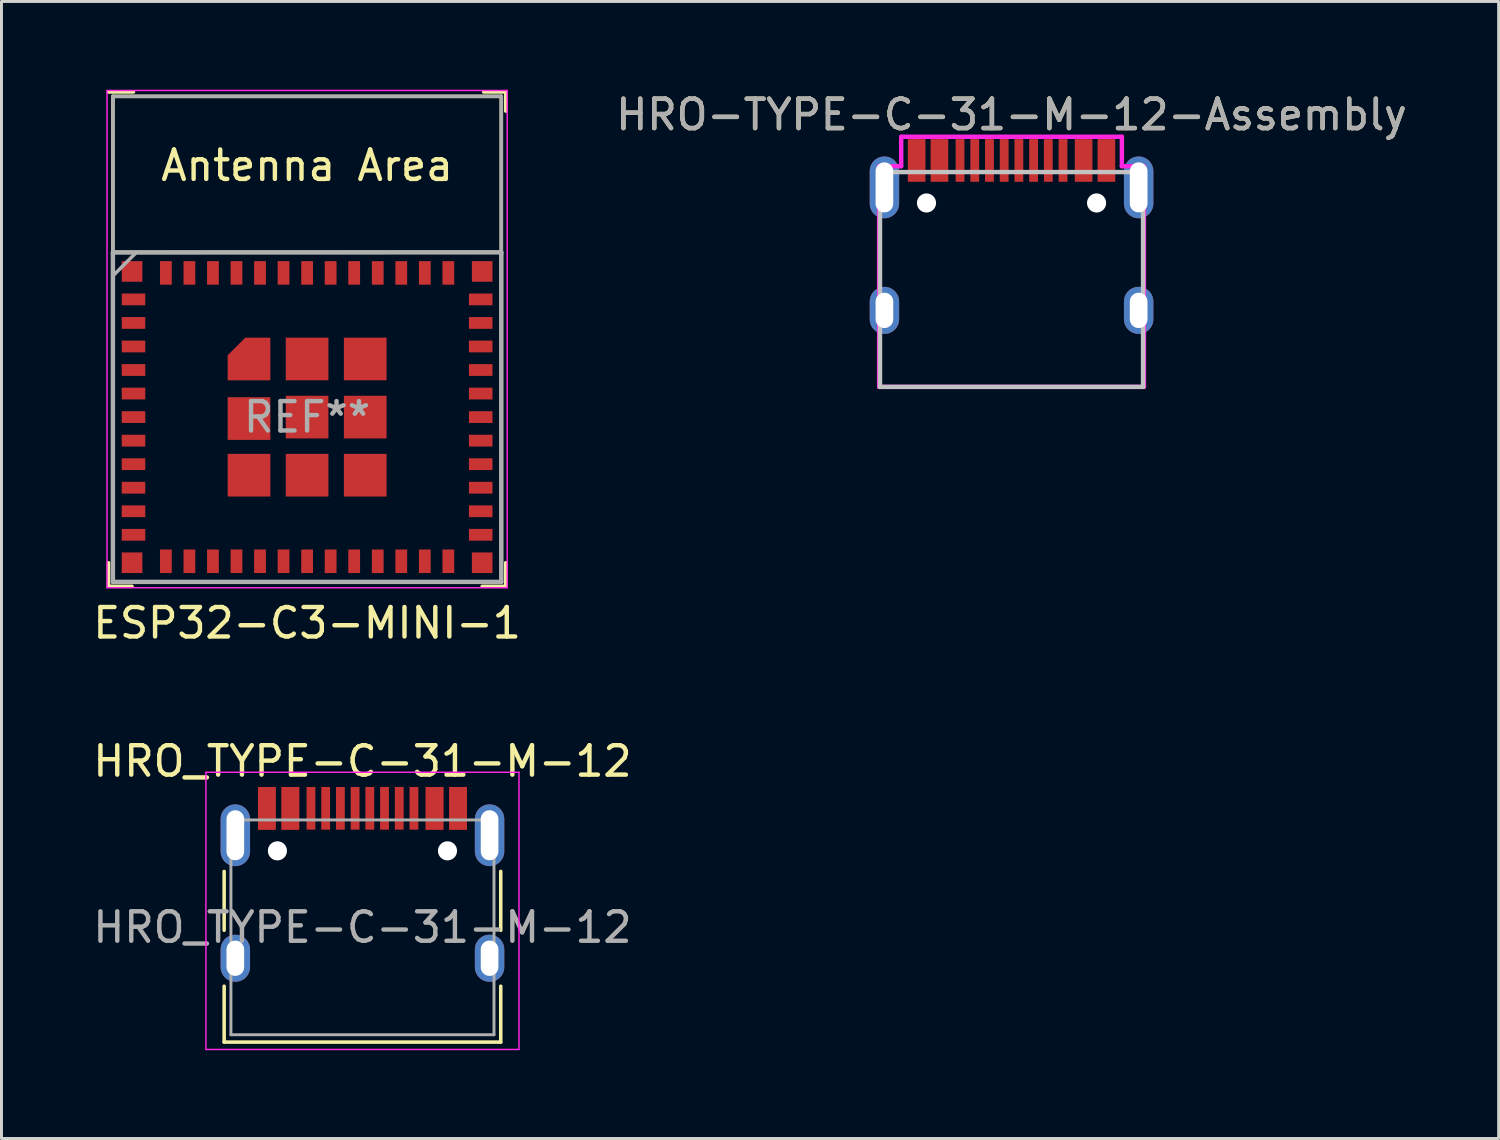
<source format=kicad_pcb>
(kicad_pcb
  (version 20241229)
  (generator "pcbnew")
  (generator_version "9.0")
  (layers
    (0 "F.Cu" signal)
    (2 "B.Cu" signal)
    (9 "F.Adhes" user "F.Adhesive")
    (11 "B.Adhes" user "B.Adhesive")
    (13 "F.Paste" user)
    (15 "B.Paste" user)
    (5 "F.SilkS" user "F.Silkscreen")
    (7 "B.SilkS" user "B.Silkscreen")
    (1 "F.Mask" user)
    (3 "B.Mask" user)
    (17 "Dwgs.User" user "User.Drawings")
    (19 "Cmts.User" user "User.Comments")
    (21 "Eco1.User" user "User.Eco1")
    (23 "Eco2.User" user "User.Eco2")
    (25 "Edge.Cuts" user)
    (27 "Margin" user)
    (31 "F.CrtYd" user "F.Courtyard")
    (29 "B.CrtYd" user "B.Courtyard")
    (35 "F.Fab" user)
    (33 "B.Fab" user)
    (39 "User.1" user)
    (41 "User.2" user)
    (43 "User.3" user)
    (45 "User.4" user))
  (footprint "HRO-TYPE-C-31-M-12-Assembly"
    (layer "F.Cu")
    (at 31.327 10.098)
    (property "Reference" "HRO-TYPE-C-31-M-12-Assembly" (at 0 -9.25 0) (layer "F.SilkS") (effects (font (size 1 1) (thickness 0.15))))
    (attr smd)
    (fp_line (start -4.47 -7.3) (end 4.47 -7.3) (stroke (width 0.15) (type solid)) (layer "Dwgs.User"))
    (fp_line (start -4.47 0) (end -4.47 -7.3) (stroke (width 0.15) (type solid)) (layer "Dwgs.User"))
    (fp_line (start -4.47 0) (end 4.47 0) (stroke (width 0.15) (type solid)) (layer "Dwgs.User"))
    (fp_line (start 4.47 0) (end 4.47 -7.3) (stroke (width 0.15) (type solid)) (layer "Dwgs.User"))
    (fp_line (start -4.5 -7.5) (end -3.75 -7.5) (stroke (width 0.15) (type solid)) (layer "F.CrtYd"))
    (fp_line (start -4.5 0) (end -4.5 -7.5) (stroke (width 0.15) (type solid)) (layer "F.CrtYd"))
    (fp_line (start -3.75 -8.5) (end 3.75 -8.5) (stroke (width 0.15) (type solid)) (layer "F.CrtYd"))
    (fp_line (start -3.75 -7.5) (end -3.75 -8.5) (stroke (width 0.15) (type solid)) (layer "F.CrtYd"))
    (fp_line (start 3.75 -8.5) (end 3.75 -7.5) (stroke (width 0.15) (type solid)) (layer "F.CrtYd"))
    (fp_line (start 3.75 -7.5) (end 4.5 -7.5) (stroke (width 0.15) (type solid)) (layer "F.CrtYd"))
    (fp_line (start 4.5 -7.5) (end 4.5 0) (stroke (width 0.15) (type solid)) (layer "F.CrtYd"))
    (fp_line (start 4.5 0) (end -4.5 0) (stroke (width 0.15) (type solid)) (layer "F.CrtYd"))
    (fp_text user "${REFERENCE}" (at 0 -9.25 0) (layer "F.Fab") (effects (font (size 1 1) (thickness 0.15))))
    (pad "" np_thru_hole circle (at -2.89 -6.25) (size 0.65 0.65) (drill 0.65) (layers "*.Cu" "*.Mask"))
    (pad "" np_thru_hole circle (at 2.89 -6.25) (size 0.65 0.65) (drill 0.65) (layers "*.Cu" "*.Mask"))
    (pad "1" smd rect (at -3.225 -7.695) (size 0.6 1.45) (layers "F.Cu" "F.Mask" "F.Paste"))
    (pad "2" smd rect (at -2.45 -7.695) (size 0.6 1.45) (layers "F.Cu" "F.Mask" "F.Paste"))
    (pad "3" smd rect (at -1.75 -7.695) (size 0.3 1.45) (layers "F.Cu" "F.Mask" "F.Paste"))
    (pad "4" smd rect (at -1.25 -7.695) (size 0.3 1.45) (layers "F.Cu" "F.Mask" "F.Paste"))
    (pad "5" smd rect (at -0.75 -7.695) (size 0.3 1.45) (layers "F.Cu" "F.Mask" "F.Paste"))
    (pad "6" smd rect (at -0.25 -7.695) (size 0.3 1.45) (layers "F.Cu" "F.Mask" "F.Paste"))
    (pad "7" smd rect (at 0.25 -7.695) (size 0.3 1.45) (layers "F.Cu" "F.Mask" "F.Paste"))
    (pad "8" smd rect (at 0.75 -7.695) (size 0.3 1.45) (layers "F.Cu" "F.Mask" "F.Paste"))
    (pad "9" smd rect (at 1.25 -7.695) (size 0.3 1.45) (layers "F.Cu" "F.Mask" "F.Paste"))
    (pad "10" smd rect (at 1.75 -7.695) (size 0.3 1.45) (layers "F.Cu" "F.Mask" "F.Paste"))
    (pad "11" smd rect (at 2.45 -7.695) (size 0.6 1.45) (layers "F.Cu" "F.Mask" "F.Paste"))
    (pad "12" smd rect (at 3.225 -7.695) (size 0.6 1.45) (layers "F.Cu" "F.Mask" "F.Paste"))
    (pad "13" thru_hole oval (at -4.32 -6.78) (size 1 2.1) (drill oval 0.6 1.7) (layers "*.Cu" "*.Mask"))
    (pad "13" thru_hole oval (at -4.32 -2.6) (size 1 1.6) (drill oval 0.6 1.2) (layers "*.Cu" "*.Mask"))
    (pad "13" thru_hole oval (at 4.32 -6.78) (size 1 2.1) (drill oval 0.6 1.7) (layers "*.Cu" "*.Mask"))
    (pad "13" thru_hole oval (at 4.32 -2.6) (size 1 1.6) (drill oval 0.6 1.2) (layers "*.Cu" "*.Mask")))
  (footprint "HRO_TYPE-C-31-M-12"
    (layer "F.Cu")
    (at 9.268 28.466)
    (property "Reference" "HRO_TYPE-C-31-M-12" (at 0 -5.645 0) (layer "F.SilkS") (effects (font (size 1 1) (thickness 0.15))))
    (attr smd)
    (fp_line (start -4.7 -1.9) (end -4.7 0.1) (stroke (width 0.12) (type solid)) (layer "F.SilkS"))
    (fp_line (start -4.7 2) (end -4.7 3.9) (stroke (width 0.12) (type solid)) (layer "F.SilkS"))
    (fp_line (start -4.7 3.9) (end 4.7 3.9) (stroke (width 0.12) (type solid)) (layer "F.SilkS"))
    (fp_line (start 4.7 -1.9) (end 4.7 0.1) (stroke (width 0.12) (type solid)) (layer "F.SilkS"))
    (fp_line (start 4.7 2) (end 4.7 3.9) (stroke (width 0.12) (type solid)) (layer "F.SilkS"))
    (fp_line (start -5.32 -5.27) (end -5.32 4.15) (stroke (width 0.05) (type solid)) (layer "F.CrtYd"))
    (fp_line (start -5.32 -5.27) (end 5.32 -5.27) (stroke (width 0.05) (type solid)) (layer "F.CrtYd"))
    (fp_line (start -5.32 4.15) (end 5.32 4.15) (stroke (width 0.05) (type solid)) (layer "F.CrtYd"))
    (fp_line (start 5.32 -5.27) (end 5.32 4.15) (stroke (width 0.05) (type solid)) (layer "F.CrtYd"))
    (fp_line (start -4.47 -3.65) (end -4.47 3.65) (stroke (width 0.1) (type solid)) (layer "F.Fab"))
    (fp_line (start -4.47 -3.65) (end 4.47 -3.65) (stroke (width 0.1) (type solid)) (layer "F.Fab"))
    (fp_line (start -4.47 3.65) (end 4.47 3.65) (stroke (width 0.1) (type solid)) (layer "F.Fab"))
    (fp_line (start 4.47 -3.65) (end 4.47 3.65) (stroke (width 0.1) (type solid)) (layer "F.Fab"))
    (fp_text user "${REFERENCE}" (at 0 0 0) (layer "F.Fab") (effects (font (size 1 1) (thickness 0.15))))
    (pad "" np_thru_hole circle (at -2.89 -2.6) (size 0.65 0.65) (drill 0.65) (layers "*.Cu" "*.Mask"))
    (pad "" np_thru_hole circle (at 2.89 -2.6) (size 0.65 0.65) (drill 0.65) (layers "*.Cu" "*.Mask"))
    (pad "A1" smd rect (at -3.25 -4.045) (size 0.6 1.45) (layers "F.Cu" "F.Mask" "F.Paste"))
    (pad "A4" smd rect (at -2.45 -4.045) (size 0.6 1.45) (layers "F.Cu" "F.Mask" "F.Paste"))
    (pad "A5" smd rect (at -1.25 -4.045) (size 0.3 1.45) (layers "F.Cu" "F.Mask" "F.Paste"))
    (pad "A6" smd rect (at -0.25 -4.045) (size 0.3 1.45) (layers "F.Cu" "F.Mask" "F.Paste"))
    (pad "A7" smd rect (at 0.25 -4.045) (size 0.3 1.45) (layers "F.Cu" "F.Mask" "F.Paste"))
    (pad "A8" smd rect (at 1.25 -4.045) (size 0.3 1.45) (layers "F.Cu" "F.Mask" "F.Paste"))
    (pad "A9" smd rect (at 2.45 -4.045) (size 0.6 1.45) (layers "F.Cu" "F.Mask" "F.Paste"))
    (pad "A12" smd rect (at 3.25 -4.045) (size 0.6 1.45) (layers "F.Cu" "F.Mask" "F.Paste"))
    (pad "B1" smd rect (at 3.25 -4.045) (size 0.6 1.45) (layers "F.Cu" "F.Mask" "F.Paste"))
    (pad "B4" smd rect (at 2.45 -4.045) (size 0.6 1.45) (layers "F.Cu" "F.Mask" "F.Paste"))
    (pad "B5" smd rect (at 1.75 -4.045) (size 0.3 1.45) (layers "F.Cu" "F.Mask" "F.Paste"))
    (pad "B6" smd rect (at 0.75 -4.045) (size 0.3 1.45) (layers "F.Cu" "F.Mask" "F.Paste"))
    (pad "B7" smd rect (at -0.75 -4.045) (size 0.3 1.45) (layers "F.Cu" "F.Mask" "F.Paste"))
    (pad "B8" smd rect (at -1.75 -4.045) (size 0.3 1.45) (layers "F.Cu" "F.Mask" "F.Paste"))
    (pad "B9" smd rect (at -2.45 -4.045) (size 0.6 1.45) (layers "F.Cu" "F.Mask" "F.Paste"))
    (pad "B12" smd rect (at -3.25 -4.045) (size 0.6 1.45) (layers "F.Cu" "F.Mask" "F.Paste"))
    (pad "S1" thru_hole oval (at -4.32 -3.13) (size 1 2.1) (drill oval 0.6 1.7) (layers "*.Cu" "*.Mask"))
    (pad "S1" thru_hole oval (at -4.32 1.05) (size 1 1.6) (drill oval 0.6 1.2) (layers "*.Cu" "*.Mask"))
    (pad "S1" thru_hole oval (at 4.32 -3.13) (size 1 2.1) (drill oval 0.6 1.7) (layers "*.Cu" "*.Mask"))
    (pad "S1" thru_hole oval (at 4.32 1.05) (size 1 1.6) (drill oval 0.6 1.2) (layers "*.Cu" "*.Mask")))
  (footprint "ESP32-C3-MINI-1"
    (layer "F.Cu")
    (at 7.387 11.125)
    (property "Reference" "ESP32-C3-MINI-1" (at 0 7 0) (layer "F.SilkS") (effects (font (size 1 1) (thickness 0.15))))
    (attr smd)
    (fp_line (start -6.75 4.95) (end -6.75 5.75) (stroke (width 0.12) (type solid)) (layer "F.SilkS"))
    (fp_line (start -6.75 5.75) (end -5.95 5.75) (stroke (width 0.12) (type solid)) (layer "F.SilkS"))
    (fp_line (start -6.6 -10.9) (end 6.6 -10.9) (stroke (width 0.12) (type solid)) (layer "F.SilkS"))
    (fp_line (start -6.6 -5.6) (end 6.6 -5.6) (stroke (width 0.12) (type solid)) (layer "F.SilkS"))
    (fp_line (start -6.6 5.6) (end -6.6 -10.9) (stroke (width 0.12) (type solid)) (layer "F.SilkS"))
    (fp_line (start -5.9 -11.05) (end -6.75 -11.05) (stroke (width 0.12) (type solid)) (layer "F.SilkS"))
    (fp_line (start 6 -11.05) (end 6.75 -11.05) (stroke (width 0.12) (type solid)) (layer "F.SilkS"))
    (fp_line (start 6.6 -10.9) (end 6.6 5.6) (stroke (width 0.12) (type solid)) (layer "F.SilkS"))
    (fp_line (start 6.6 5.6) (end -6.6 5.6) (stroke (width 0.12) (type solid)) (layer "F.SilkS"))
    (fp_line (start 6.75 -11.05) (end 6.75 -10.4) (stroke (width 0.12) (type solid)) (layer "F.SilkS"))
    (fp_line (start 6.75 4.95) (end 6.75 5.75) (stroke (width 0.12) (type solid)) (layer "F.SilkS"))
    (fp_line (start 6.75 5.75) (end 5.95 5.75) (stroke (width 0.12) (type solid)) (layer "F.SilkS"))
    (fp_line (start -6.8 -11.1) (end 6.8 -11.1) (stroke (width 0.05) (type solid)) (layer "F.CrtYd"))
    (fp_line (start -6.8 5.8) (end -6.8 -11.1) (stroke (width 0.05) (type solid)) (layer "F.CrtYd"))
    (fp_line (start 6.8 -11.1) (end 6.8 5.8) (stroke (width 0.05) (type solid)) (layer "F.CrtYd"))
    (fp_line (start 6.8 5.8) (end -6.8 5.8) (stroke (width 0.05) (type solid)) (layer "F.CrtYd"))
    (fp_line (start -6.6 -5.595) (end -6.6 5.6) (stroke (width 0.15) (type solid)) (layer "F.Fab"))
    (fp_line (start -6.6 -5.5) (end -6.6 -10.9) (stroke (width 0.12) (type solid)) (layer "F.Fab"))
    (fp_line (start -6.6 5.6) (end 6.6 5.6) (stroke (width 0.15) (type solid)) (layer "F.Fab"))
    (fp_line (start -5.8 -5.6) (end -6.6 -4.8) (stroke (width 0.12) (type solid)) (layer "F.Fab"))
    (fp_line (start 6.6 -10.9) (end -6.6 -10.9) (stroke (width 0.12) (type solid)) (layer "F.Fab"))
    (fp_line (start 6.6 -5.6) (end -6.6 -5.595) (stroke (width 0.15) (type solid)) (layer "F.Fab"))
    (fp_line (start 6.6 -5.5) (end 6.6 -10.9) (stroke (width 0.12) (type solid)) (layer "F.Fab"))
    (fp_line (start 6.6 5.6) (end 6.6 -5.595) (stroke (width 0.15) (type solid)) (layer "F.Fab"))
    (fp_text user "Antenna Area" (at 0 -8.55 0) (layer "F.SilkS") (effects (font (size 1 1) (thickness 0.15))))
    (fp_text user "REF**" (at 0 0 0) (layer "F.Fab") (effects (font (size 1 1) (thickness 0.15))))
    (pad "1" smd rect (at -5.9 -4 90) (size 0.4 0.8) (layers "F.Cu" "F.Mask" "F.Paste"))
    (pad "2" smd rect (at -5.9 -3.2 90) (size 0.4 0.8) (layers "F.Cu" "F.Mask" "F.Paste"))
    (pad "3" smd rect (at -5.9 -2.4 90) (size 0.4 0.8) (layers "F.Cu" "F.Mask" "F.Paste"))
    (pad "4" smd rect (at -5.9 -1.6 90) (size 0.4 0.8) (layers "F.Cu" "F.Mask" "F.Paste"))
    (pad "5" smd rect (at -5.9 -0.8 90) (size 0.4 0.8) (layers "F.Cu" "F.Mask" "F.Paste"))
    (pad "6" smd rect (at -5.9 0 90) (size 0.4 0.8) (layers "F.Cu" "F.Mask" "F.Paste"))
    (pad "7" smd rect (at -5.9 0.8 90) (size 0.4 0.8) (layers "F.Cu" "F.Mask" "F.Paste"))
    (pad "8" smd rect (at -5.9 1.6 90) (size 0.4 0.8) (layers "F.Cu" "F.Mask" "F.Paste"))
    (pad "9" smd rect (at -5.9 2.4 90) (size 0.4 0.8) (layers "F.Cu" "F.Mask" "F.Paste"))
    (pad "10" smd rect (at -5.9 3.2 90) (size 0.4 0.8) (layers "F.Cu" "F.Mask" "F.Paste"))
    (pad "11" smd rect (at -5.9 4 90) (size 0.4 0.8) (layers "F.Cu" "F.Mask" "F.Paste"))
    (pad "12" smd rect (at -4.8 4.9) (size 0.4 0.8) (layers "F.Cu" "F.Mask" "F.Paste"))
    (pad "13" smd rect (at -4 4.9) (size 0.4 0.8) (layers "F.Cu" "F.Mask" "F.Paste"))
    (pad "14" smd rect (at -3.2 4.9) (size 0.4 0.8) (layers "F.Cu" "F.Mask" "F.Paste"))
    (pad "15" smd rect (at -2.4 4.9) (size 0.4 0.8) (layers "F.Cu" "F.Mask" "F.Paste"))
    (pad "16" smd rect (at -1.6 4.9) (size 0.4 0.8) (layers "F.Cu" "F.Mask" "F.Paste"))
    (pad "17" smd rect (at -0.8 4.9) (size 0.4 0.8) (layers "F.Cu" "F.Mask" "F.Paste"))
    (pad "18" smd rect (at 0 4.9) (size 0.4 0.8) (layers "F.Cu" "F.Mask" "F.Paste"))
    (pad "19" smd rect (at 0.8 4.9) (size 0.4 0.8) (layers "F.Cu" "F.Mask" "F.Paste"))
    (pad "20" smd rect (at 1.6 4.9) (size 0.4 0.8) (layers "F.Cu" "F.Mask" "F.Paste"))
    (pad "21" smd rect (at 2.4 4.9) (size 0.4 0.8) (layers "F.Cu" "F.Mask" "F.Paste"))
    (pad "22" smd rect (at 3.2 4.9) (size 0.4 0.8) (layers "F.Cu" "F.Mask" "F.Paste"))
    (pad "23" smd rect (at 4 4.9) (size 0.4 0.8) (layers "F.Cu" "F.Mask" "F.Paste"))
    (pad "24" smd rect (at 4.8 4.9) (size 0.4 0.8) (layers "F.Cu" "F.Mask" "F.Paste"))
    (pad "25" smd rect (at 5.9 4 90) (size 0.4 0.8) (layers "F.Cu" "F.Mask" "F.Paste"))
    (pad "26" smd rect (at 5.9 3.2 90) (size 0.4 0.8) (layers "F.Cu" "F.Mask" "F.Paste"))
    (pad "27" smd rect (at 5.9 2.4 90) (size 0.4 0.8) (layers "F.Cu" "F.Mask" "F.Paste"))
    (pad "28" smd rect (at 5.9 1.6 90) (size 0.4 0.8) (layers "F.Cu" "F.Mask" "F.Paste"))
    (pad "29" smd rect (at 5.9 0.8 90) (size 0.4 0.8) (layers "F.Cu" "F.Mask" "F.Paste"))
    (pad "30" smd rect (at 5.9 0 90) (size 0.4 0.8) (layers "F.Cu" "F.Mask" "F.Paste"))
    (pad "31" smd rect (at 5.9 -0.8 90) (size 0.4 0.8) (layers "F.Cu" "F.Mask" "F.Paste"))
    (pad "32" smd rect (at 5.9 -1.6 90) (size 0.4 0.8) (layers "F.Cu" "F.Mask" "F.Paste"))
    (pad "33" smd rect (at 5.9 -2.4 90) (size 0.4 0.8) (layers "F.Cu" "F.Mask" "F.Paste"))
    (pad "34" smd rect (at 5.9 -3.2 90) (size 0.4 0.8) (layers "F.Cu" "F.Mask" "F.Paste"))
    (pad "35" smd rect (at 5.9 -4 90) (size 0.4 0.8) (layers "F.Cu" "F.Mask" "F.Paste"))
    (pad "36" smd rect (at -5.95 -4.95 90) (size 0.7 0.7) (layers "F.Cu" "F.Mask" "F.Paste"))
    (pad "36" smd rect (at -5.95 4.95 90) (size 0.7 0.7) (layers "F.Cu" "F.Mask" "F.Paste"))
    (pad "36" smd rect (at -4.8 -4.9) (size 0.4 0.8) (layers "F.Cu" "F.Mask" "F.Paste"))
    (pad "36" smd rect (at -4 -4.9) (size 0.4 0.8) (layers "F.Cu" "F.Mask" "F.Paste"))
    (pad "36" smd rect (at -3.2 -4.9) (size 0.4 0.8) (layers "F.Cu" "F.Mask" "F.Paste"))
    (pad "36" smd rect (at -2.4 -4.9) (size 0.4 0.8) (layers "F.Cu" "F.Mask" "F.Paste"))
    (pad "36" smd custom (at -1.975 -1.975) (size 0.8 0.8) (layers "F.Cu" "F.Mask" "F.Paste") (options (anchor rect)) (primitives (gr_poly (pts (xy -0.725 0.725) (xy 0.725 0.725) (xy 0.725 -0.725) (xy -0.125 -0.725) (xy -0.725 -0.125)) (width 0) (fill yes))))
    (pad "36" smd rect (at -1.975 0.05 90) (size 1.45 1.45) (layers "F.Cu" "F.Mask" "F.Paste"))
    (pad "36" smd rect (at -1.975 1.975 90) (size 1.45 1.45) (layers "F.Cu" "F.Mask" "F.Paste"))
    (pad "36" smd rect (at -1.6 -4.9) (size 0.4 0.8) (layers "F.Cu" "F.Mask" "F.Paste"))
    (pad "36" smd rect (at -0.8 -4.9) (size 0.4 0.8) (layers "F.Cu" "F.Mask" "F.Paste"))
    (pad "36" smd rect (at 0 -4.9) (size 0.4 0.8) (layers "F.Cu" "F.Mask" "F.Paste"))
    (pad "36" smd rect (at 0 -1.975 90) (size 1.45 1.45) (layers "F.Cu" "F.Mask" "F.Paste"))
    (pad "36" smd rect (at 0 0 90) (size 1.45 1.45) (layers "F.Cu" "F.Mask" "F.Paste"))
    (pad "36" smd rect (at 0 1.975 90) (size 1.45 1.45) (layers "F.Cu" "F.Mask" "F.Paste"))
    (pad "36" smd rect (at 0.8 -4.9) (size 0.4 0.8) (layers "F.Cu" "F.Mask" "F.Paste"))
    (pad "36" smd rect (at 1.6 -4.9) (size 0.4 0.8) (layers "F.Cu" "F.Mask" "F.Paste"))
    (pad "36" smd rect (at 1.975 -1.975 90) (size 1.45 1.45) (layers "F.Cu" "F.Mask" "F.Paste"))
    (pad "36" smd rect (at 1.975 0 90) (size 1.45 1.45) (layers "F.Cu" "F.Mask" "F.Paste"))
    (pad "36" smd rect (at 1.975 1.975 90) (size 1.45 1.45) (layers "F.Cu" "F.Mask" "F.Paste"))
    (pad "36" smd rect (at 2.4 -4.9) (size 0.4 0.8) (layers "F.Cu" "F.Mask" "F.Paste"))
    (pad "36" smd rect (at 3.2 -4.9) (size 0.4 0.8) (layers "F.Cu" "F.Mask" "F.Paste"))
    (pad "36" smd rect (at 4 -4.9) (size 0.4 0.8) (layers "F.Cu" "F.Mask" "F.Paste"))
    (pad "36" smd rect (at 4.8 -4.9) (size 0.4 0.8) (layers "F.Cu" "F.Mask" "F.Paste"))
    (pad "36" smd rect (at 5.95 -4.95 90) (size 0.7 0.7) (layers "F.Cu" "F.Mask" "F.Paste"))
    (pad "36" smd rect (at 5.95 4.95 90) (size 0.7 0.7) (layers "F.Cu" "F.Mask" "F.Paste")))
  (gr_rect
    (start -3 -3)
    (end 47.881 35.642)
    (stroke (width 0.1) (type default))
    (fill no)
    (layer "Edge.Cuts")))
</source>
